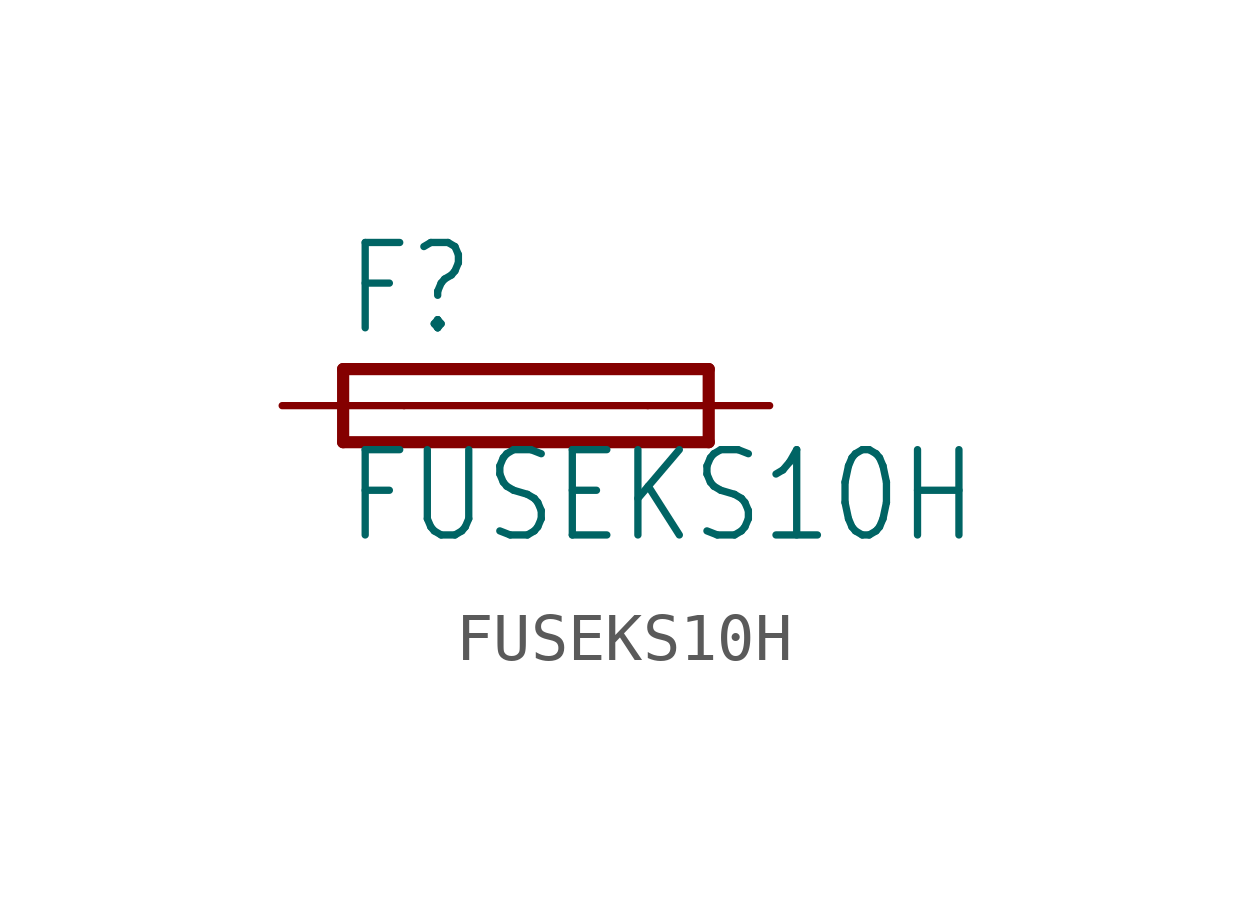
<source format=kicad_sym>
(kicad_symbol_lib
  (version 20200126)
  (host kicad_symbol_editor "5.99.0-unknown-aa7ce74~88~ubuntu18.04.1")
  (symbol "FUSEKS10H"
    (property "Reference" "F"
      (at -3.81 1.397 0)
      (effects (font (size 1.778 1.511)) (justify left bottom)))
    (property "Value" "FUSEKS10H"
      (at -3.81 -2.921 0)
      (effects (font (size 1.778 1.511)) (justify left bottom)))
    (property "ki_locked" ""
      (at 0 0 0)
      (effects (font (size 1.27 1.27))))
    (symbol "FUSEKS10H_1_0"
      (polyline (pts (xy -3.81 -0.762) (xy 3.81 -0.762)) (stroke (width 0.254)) (fill (type none)))
      (polyline (pts (xy 3.81 0.762) (xy -3.81 0.762)) (stroke (width 0.254)) (fill (type none)))
      (polyline (pts (xy 3.81 -0.762) (xy 3.81 0.762)) (stroke (width 0.254)) (fill (type none)))
      (polyline (pts (xy -3.81 0.762) (xy -3.81 -0.762)) (stroke (width 0.254)) (fill (type none)))
      (polyline (pts (xy -2.54 0) (xy 2.54 0)) (stroke (width 0.152)) (fill (type none)))
      (pin passive line (at 5.08 0 180) (length 2.54) (name "2" (effects (font (size 0 0)))) (number "2" (effects (font (size 0 0)))))
      (pin passive line (at -5.08 0 0) (length 2.54) (name "1" (effects (font (size 0 0)))) (number "1" (effects (font (size 0 0))))))))
</source>
